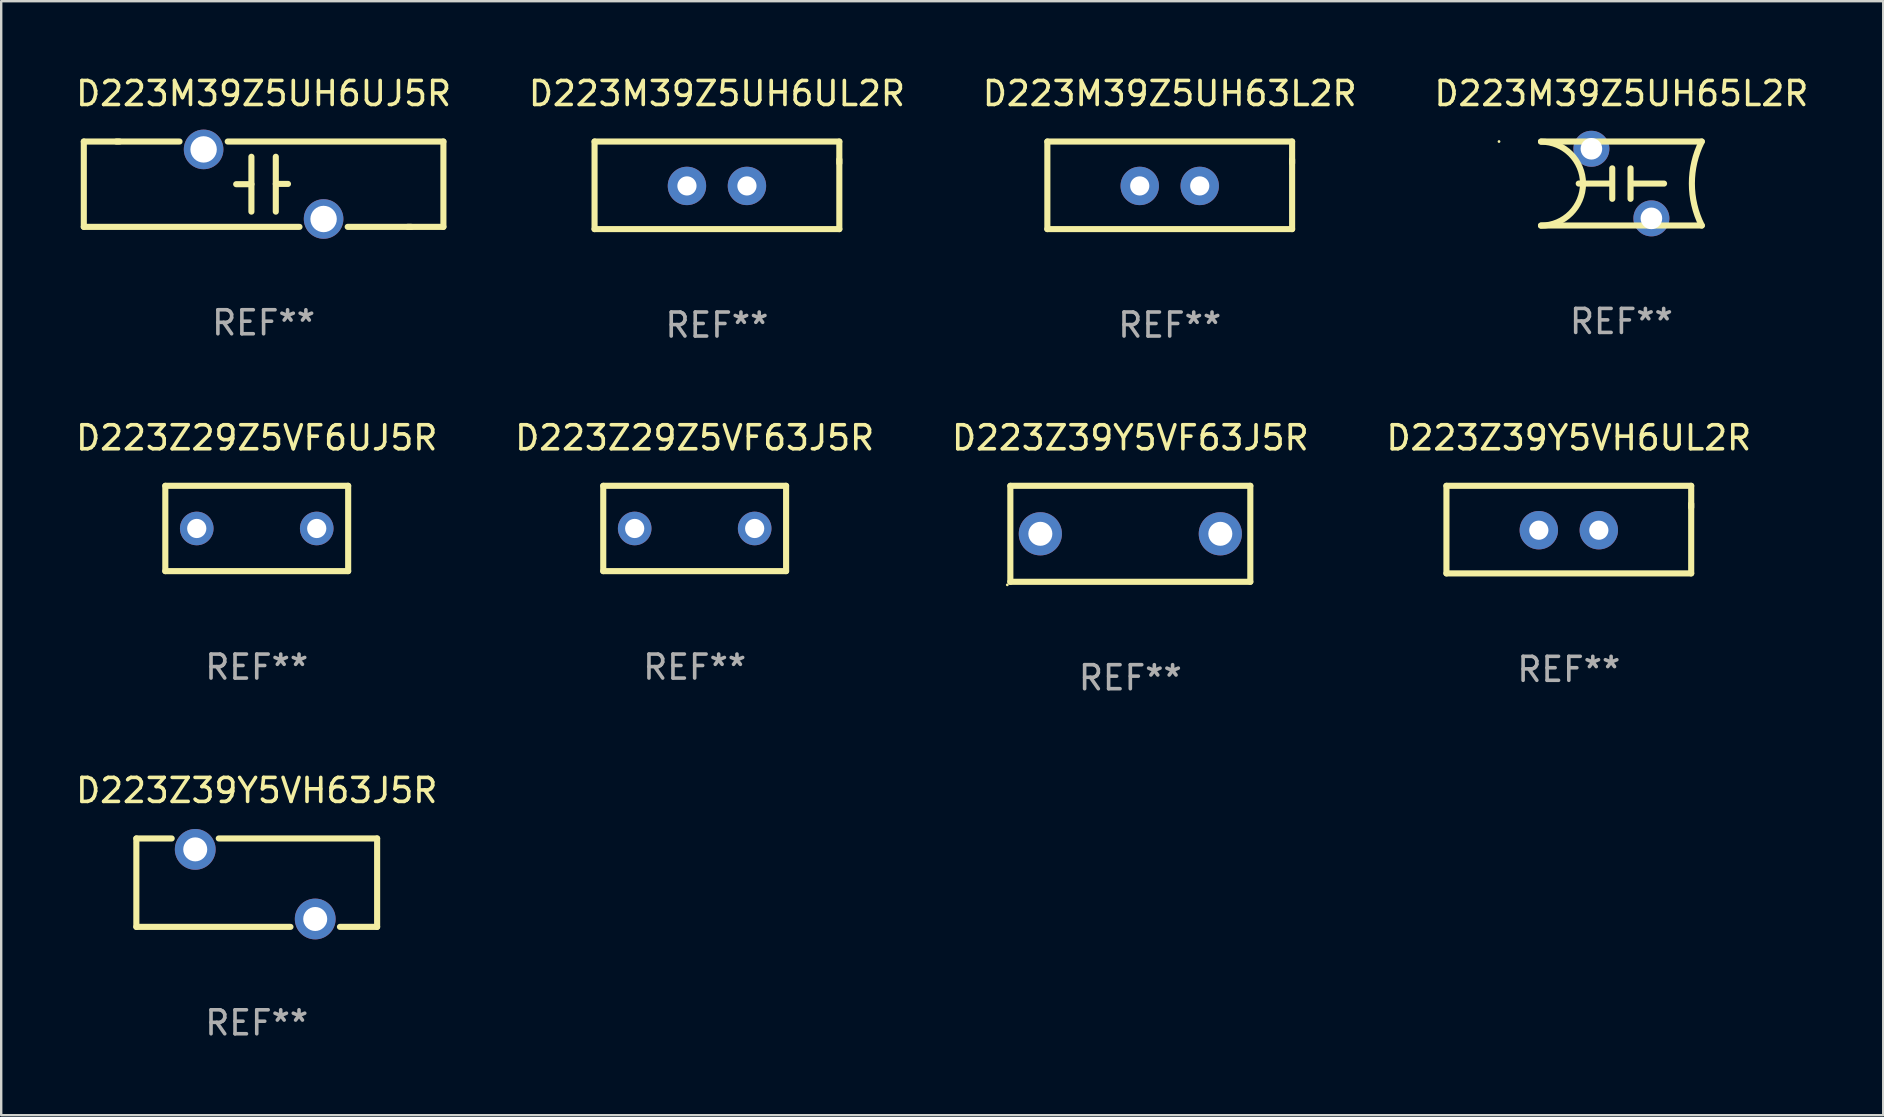
<source format=kicad_pcb>
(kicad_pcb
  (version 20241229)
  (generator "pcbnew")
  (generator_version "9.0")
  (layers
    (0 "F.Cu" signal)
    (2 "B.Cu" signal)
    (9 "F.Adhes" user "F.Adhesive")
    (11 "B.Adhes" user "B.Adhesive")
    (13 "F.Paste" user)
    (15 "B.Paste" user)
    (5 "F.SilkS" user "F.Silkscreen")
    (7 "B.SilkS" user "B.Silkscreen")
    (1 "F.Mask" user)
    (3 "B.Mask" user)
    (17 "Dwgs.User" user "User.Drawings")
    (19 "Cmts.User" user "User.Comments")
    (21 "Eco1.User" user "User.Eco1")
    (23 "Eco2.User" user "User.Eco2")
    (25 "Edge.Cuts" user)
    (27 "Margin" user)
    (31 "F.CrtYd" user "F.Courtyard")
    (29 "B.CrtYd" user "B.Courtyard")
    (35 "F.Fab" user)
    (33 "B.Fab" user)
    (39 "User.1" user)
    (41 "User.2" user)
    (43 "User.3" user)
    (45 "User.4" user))
  (footprint "D223M39Z5UH6UL2R"
    (layer "F.Cu")
    (at 26.827 4.673)
    (property "Reference" "D223M39Z5UH6UL2R" (at 0 -3.825 0) (layer "F.SilkS") (effects (font (size 1 1) (thickness 0.15))))
    (attr through_hole)
    (fp_line (start -5.1 -1.825) (end 5.1 -1.825) (stroke (width 0.254) (type solid)) (layer "F.SilkS"))
    (fp_line (start -5.1 1.825) (end -5.1 -1.825) (stroke (width 0.254) (type solid)) (layer "F.SilkS"))
    (fp_line (start 5.1 -1.825) (end 5.1 -0.925) (stroke (width 0.254) (type solid)) (layer "F.SilkS"))
    (fp_line (start 5.1 -1.075) (end 5.1 1.825) (stroke (width 0.254) (type solid)) (layer "F.SilkS"))
    (fp_line (start 5.1 1.825) (end -5.1 1.825) (stroke (width 0.254) (type solid)) (layer "F.SilkS"))
    (fp_circle (center -5 1.775) (end -4.97 1.775) (stroke (width 0.06) (type solid)) (fill no) (layer "F.SilkS"))
    (fp_text user "REF**" (at 0 5.825 0) (layer "F.Fab") (effects (font (size 1 1) (thickness 0.15))))
    (pad "1" thru_hole circle (at -1.25 0.025) (size 1.6 1.6) (drill 0.8) (layers "*.Cu" "*.Mask"))
    (pad "2" thru_hole circle (at 1.25 0.025) (size 1.6 1.6) (drill 0.8) (layers "*.Cu" "*.Mask")))
  (footprint "D223M39Z5UH65L2R"
    (layer "F.Cu")
    (at 64.518 4.598)
    (property "Reference" "D223M39Z5UH65L2R" (at 0 -3.75 0) (layer "F.SilkS") (effects (font (size 1 1) (thickness 0.15))))
    (attr through_hole)
    (fp_line (start -0.508 0.002) (end -1.778 0.002) (stroke (width 0.254) (type solid)) (layer "F.SilkS"))
    (fp_line (start -0.381 0.637) (end -0.381 -0.633) (stroke (width 0.254) (type solid)) (layer "F.SilkS"))
    (fp_line (start 0.381 -0.633) (end 0.381 0.637) (stroke (width 0.254) (type solid)) (layer "F.SilkS"))
    (fp_line (start 0.508 0.002) (end 1.778 0.002) (stroke (width 0.254) (type solid)) (layer "F.SilkS"))
    (fp_line (start 3.35 -1.75) (end -3.35 -1.75) (stroke (width 0.254) (type solid)) (layer "F.SilkS"))
    (fp_line (start 3.35 1.75) (end -3.35 1.75) (stroke (width 0.254) (type solid)) (layer "F.SilkS"))
    (fp_arc (start -3.350013 -1.74539) (mid -1.6 0.004623) (end -3.350013 1.754636) (stroke (width 0.254001) (type solid)) (layer "F.SilkS"))
    (fp_arc (start 3.350013 1.750012) (mid 2.936891 0) (end 3.350013 -1.750013) (stroke (width 0.254001) (type solid)) (layer "F.SilkS"))
    (fp_circle (center -5.1 -1.75) (end -5.07 -1.75) (stroke (width 0.06) (type solid)) (fill no) (layer "F.SilkS"))
    (fp_text user "REF**" (at 0 5.75 0) (layer "F.Fab") (effects (font (size 1 1) (thickness 0.15))))
    (pad "1" thru_hole circle (at -1.25 -1.448) (size 1.5 1.5) (drill 0.9) (layers "*.Cu" "*.Mask"))
    (pad "2" thru_hole circle (at 1.25 1.452) (size 1.5 1.5) (drill 0.9) (layers "*.Cu" "*.Mask")))
  (footprint "D223Z39Y5VH63J5R"
    (layer "F.Cu")
    (at 7.649 33.733)
    (property "Reference" "D223Z39Y5VH63J5R" (at 0 -3.842 0) (layer "F.SilkS") (effects (font (size 1 1) (thickness 0.15))))
    (attr through_hole)
    (fp_line (start -5.017 -1.842) (end -3.544 -1.842) (stroke (width 0.254) (type solid)) (layer "F.SilkS"))
    (fp_line (start -5.017 1.842) (end -5.017 -1.842) (stroke (width 0.254) (type solid)) (layer "F.SilkS"))
    (fp_line (start -1.583 -1.842) (end 5.017 -1.842) (stroke (width 0.254) (type solid)) (layer "F.SilkS"))
    (fp_line (start 1.406 1.842) (end -5.017 1.842) (stroke (width 0.254) (type solid)) (layer "F.SilkS"))
    (fp_line (start 5.017 -1.842) (end 5.017 1.842) (stroke (width 0.254) (type solid)) (layer "F.SilkS"))
    (fp_line (start 5.017 1.842) (end 3.467 1.842) (stroke (width 0.254) (type solid)) (layer "F.SilkS"))
    (fp_circle (center -5.064 -1.687) (end -5.034 -1.687) (stroke (width 0.06) (type solid)) (fill no) (layer "F.SilkS"))
    (fp_text user "REF**" (at 0 5.842 0) (layer "F.Fab") (effects (font (size 1 1) (thickness 0.15))))
    (pad "1" thru_hole circle (at -2.563 -1.387) (size 1.7 1.7) (drill 1) (layers "*.Cu" "*.Mask"))
    (pad "2" thru_hole circle (at 2.437 1.514) (size 1.7 1.7) (drill 1) (layers "*.Cu" "*.Mask")))
  (footprint "D223M39Z5UH6UJ5R"
    (layer "F.Cu")
    (at 7.935 4.626)
    (property "Reference" "D223M39Z5UH6UJ5R" (at 0 -3.778 0) (layer "F.SilkS") (effects (font (size 1 1) (thickness 0.15))))
    (attr through_hole)
    (fp_line (start -7.493 -1.778) (end -6.004 -1.778) (stroke (width 0.254) (type solid)) (layer "F.SilkS"))
    (fp_line (start -7.493 1.778) (end -7.493 -1.778) (stroke (width 0.254) (type solid)) (layer "F.SilkS"))
    (fp_line (start -6.137 -1.778) (end -3.504 -1.778) (stroke (width 0.254) (type solid)) (layer "F.SilkS"))
    (fp_line (start -1.496 -1.778) (end 7.493 -1.778) (stroke (width 0.254) (type solid)) (layer "F.SilkS"))
    (fp_line (start -1.143 0) (end -0.508 0) (stroke (width 0.254) (type solid)) (layer "F.SilkS"))
    (fp_line (start -0.508 -1.143) (end -0.508 1.143) (stroke (width 0.254) (type solid)) (layer "F.SilkS"))
    (fp_line (start 0.508 -1.143) (end 0.508 1.143) (stroke (width 0.254) (type solid)) (layer "F.SilkS"))
    (fp_line (start 0.508 -0.012) (end 1.016 -0.012) (stroke (width 0.254) (type solid)) (layer "F.SilkS"))
    (fp_line (start 1.496 1.778) (end -7.493 1.778) (stroke (width 0.254) (type solid)) (layer "F.SilkS"))
    (fp_line (start 6.156 1.778) (end 3.504 1.778) (stroke (width 0.254) (type solid)) (layer "F.SilkS"))
    (fp_line (start 7.493 -1.778) (end 7.493 1.778) (stroke (width 0.254) (type solid)) (layer "F.SilkS"))
    (fp_line (start 7.493 1.778) (end 6.004 1.778) (stroke (width 0.254) (type solid)) (layer "F.SilkS"))
    (fp_circle (center -7.5 1.75) (end -7.47 1.75) (stroke (width 0.06) (type solid)) (fill no) (layer "F.SilkS"))
    (fp_text user "REF**" (at 0 5.778 0) (layer "F.Fab") (effects (font (size 1 1) (thickness 0.15))))
    (pad "1" thru_hole circle (at -2.5 -1.45) (size 1.65 1.65) (drill 1.1) (layers "*.Cu" "*.Mask"))
    (pad "2" thru_hole circle (at 2.5 1.45) (size 1.65 1.65) (drill 1.1) (layers "*.Cu" "*.Mask")))
  (footprint "D223Z39Y5VH6UL2R"
    (layer "F.Cu")
    (at 62.327 19.02)
    (property "Reference" "D223Z39Y5VH6UL2R" (at 0 -3.825 0) (layer "F.SilkS") (effects (font (size 1 1) (thickness 0.15))))
    (attr through_hole)
    (fp_line (start -5.1 -1.825) (end 5.1 -1.825) (stroke (width 0.254) (type solid)) (layer "F.SilkS"))
    (fp_line (start -5.1 1.825) (end -5.1 -1.825) (stroke (width 0.254) (type solid)) (layer "F.SilkS"))
    (fp_line (start 5.1 -1.825) (end 5.1 -0.925) (stroke (width 0.254) (type solid)) (layer "F.SilkS"))
    (fp_line (start 5.1 -1.075) (end 5.1 1.825) (stroke (width 0.254) (type solid)) (layer "F.SilkS"))
    (fp_line (start 5.1 1.825) (end -5.1 1.825) (stroke (width 0.254) (type solid)) (layer "F.SilkS"))
    (fp_circle (center -5 1.775) (end -4.97 1.775) (stroke (width 0.06) (type solid)) (fill no) (layer "F.SilkS"))
    (fp_text user "REF**" (at 0 5.825 0) (layer "F.Fab") (effects (font (size 1 1) (thickness 0.15))))
    (pad "1" thru_hole circle (at -1.25 0.025) (size 1.6 1.6) (drill 0.8) (layers "*.Cu" "*.Mask"))
    (pad "2" thru_hole circle (at 1.25 0.025) (size 1.6 1.6) (drill 0.8) (layers "*.Cu" "*.Mask")))
  (footprint "D223M39Z5UH63L2R"
    (layer "F.Cu")
    (at 45.696 4.673)
    (property "Reference" "D223M39Z5UH63L2R" (at 0 -3.825 0) (layer "F.SilkS") (effects (font (size 1 1) (thickness 0.15))))
    (attr through_hole)
    (fp_line (start -5.1 -1.825) (end 5.1 -1.825) (stroke (width 0.254) (type solid)) (layer "F.SilkS"))
    (fp_line (start -5.1 1.825) (end -5.1 -1.825) (stroke (width 0.254) (type solid)) (layer "F.SilkS"))
    (fp_line (start 5.1 -1.825) (end 5.1 -0.925) (stroke (width 0.254) (type solid)) (layer "F.SilkS"))
    (fp_line (start 5.1 -1.075) (end 5.1 1.825) (stroke (width 0.254) (type solid)) (layer "F.SilkS"))
    (fp_line (start 5.1 1.825) (end -5.1 1.825) (stroke (width 0.254) (type solid)) (layer "F.SilkS"))
    (fp_circle (center -5 1.775) (end -4.97 1.775) (stroke (width 0.06) (type solid)) (fill no) (layer "F.SilkS"))
    (fp_text user "REF**" (at 0 5.825 0) (layer "F.Fab") (effects (font (size 1 1) (thickness 0.15))))
    (pad "1" thru_hole circle (at -1.25 0.025) (size 1.6 1.6) (drill 0.8) (layers "*.Cu" "*.Mask"))
    (pad "2" thru_hole circle (at 1.25 0.025) (size 1.6 1.6) (drill 0.8) (layers "*.Cu" "*.Mask")))
  (footprint "D223Z29Z5VF63J5R"
    (layer "F.Cu")
    (at 25.899 18.973)
    (property "Reference" "D223Z29Z5VF63J5R" (at 0 -3.778 0) (layer "F.SilkS") (effects (font (size 1 1) (thickness 0.15))))
    (attr through_hole)
    (fp_line (start -3.81 -1.778) (end 3.81 -1.778) (stroke (width 0.254) (type solid)) (layer "F.SilkS"))
    (fp_line (start -3.81 1.778) (end -3.81 -1.778) (stroke (width 0.254) (type solid)) (layer "F.SilkS"))
    (fp_line (start 3.81 -1.778) (end 3.81 1.778) (stroke (width 0.254) (type solid)) (layer "F.SilkS"))
    (fp_line (start 3.81 1.778) (end -3.81 1.778) (stroke (width 0.254) (type solid)) (layer "F.SilkS"))
    (fp_circle (center -3.75 1.75) (end -3.72 1.75) (stroke (width 0.06) (type solid)) (fill no) (layer "F.SilkS"))
    (fp_text user "REF**" (at 0 5.778 0) (layer "F.Fab") (effects (font (size 1 1) (thickness 0.15))))
    (pad "1" thru_hole circle (at -2.5 0) (size 1.4 1.4) (drill 0.8) (layers "*.Cu" "*.Mask"))
    (pad "2" thru_hole circle (at 2.5 0) (size 1.4 1.4) (drill 0.8) (layers "*.Cu" "*.Mask")))
  (footprint "D223Z29Z5VF6UJ5R"
    (layer "F.Cu")
    (at 7.649 18.973)
    (property "Reference" "D223Z29Z5VF6UJ5R" (at 0 -3.778 0) (layer "F.SilkS") (effects (font (size 1 1) (thickness 0.15))))
    (attr through_hole)
    (fp_line (start -3.81 -1.778) (end 3.81 -1.778) (stroke (width 0.254) (type solid)) (layer "F.SilkS"))
    (fp_line (start -3.81 1.778) (end -3.81 -1.778) (stroke (width 0.254) (type solid)) (layer "F.SilkS"))
    (fp_line (start 3.81 -1.778) (end 3.81 1.778) (stroke (width 0.254) (type solid)) (layer "F.SilkS"))
    (fp_line (start 3.81 1.778) (end -3.81 1.778) (stroke (width 0.254) (type solid)) (layer "F.SilkS"))
    (fp_circle (center -3.75 1.75) (end -3.72 1.75) (stroke (width 0.06) (type solid)) (fill no) (layer "F.SilkS"))
    (fp_text user "REF**" (at 0 5.778 0) (layer "F.Fab") (effects (font (size 1 1) (thickness 0.15))))
    (pad "1" thru_hole circle (at -2.5 0) (size 1.4 1.4) (drill 0.8) (layers "*.Cu" "*.Mask"))
    (pad "2" thru_hole circle (at 2.5 0) (size 1.4 1.4) (drill 0.8) (layers "*.Cu" "*.Mask")))
  (footprint "D223Z39Y5VF63J5R"
    (layer "F.Cu")
    (at 44.054 19.195)
    (property "Reference" "D223Z39Y5VF63J5R" (at 0 -4 0) (layer "F.SilkS") (effects (font (size 1 1) (thickness 0.15))))
    (attr through_hole)
    (fp_line (start -5 -2) (end 5 -2) (stroke (width 0.254) (type solid)) (layer "F.SilkS"))
    (fp_line (start -5 2) (end -5 -2) (stroke (width 0.254) (type solid)) (layer "F.SilkS"))
    (fp_line (start 5 -2) (end 5 2) (stroke (width 0.254) (type solid)) (layer "F.SilkS"))
    (fp_line (start 5 2) (end -5 2) (stroke (width 0.254) (type solid)) (layer "F.SilkS"))
    (fp_circle (center -5.127 2.127) (end -5.097 2.127) (stroke (width 0.06) (type solid)) (fill no) (layer "F.SilkS"))
    (fp_text user "REF**" (at 0 6 0) (layer "F.Fab") (effects (font (size 1 1) (thickness 0.15))))
    (pad "1" thru_hole circle (at -3.75 0) (size 1.8 1.8) (drill 1) (layers "*.Cu" "*.Mask"))
    (pad "2" thru_hole circle (at 3.75 0) (size 1.8 1.8) (drill 1) (layers "*.Cu" "*.Mask")))
  (gr_rect
    (start -3 -3)
    (end 75.429 43.422)
    (stroke (width 0.1) (type default))
    (fill no)
    (layer "Edge.Cuts")))
</source>
